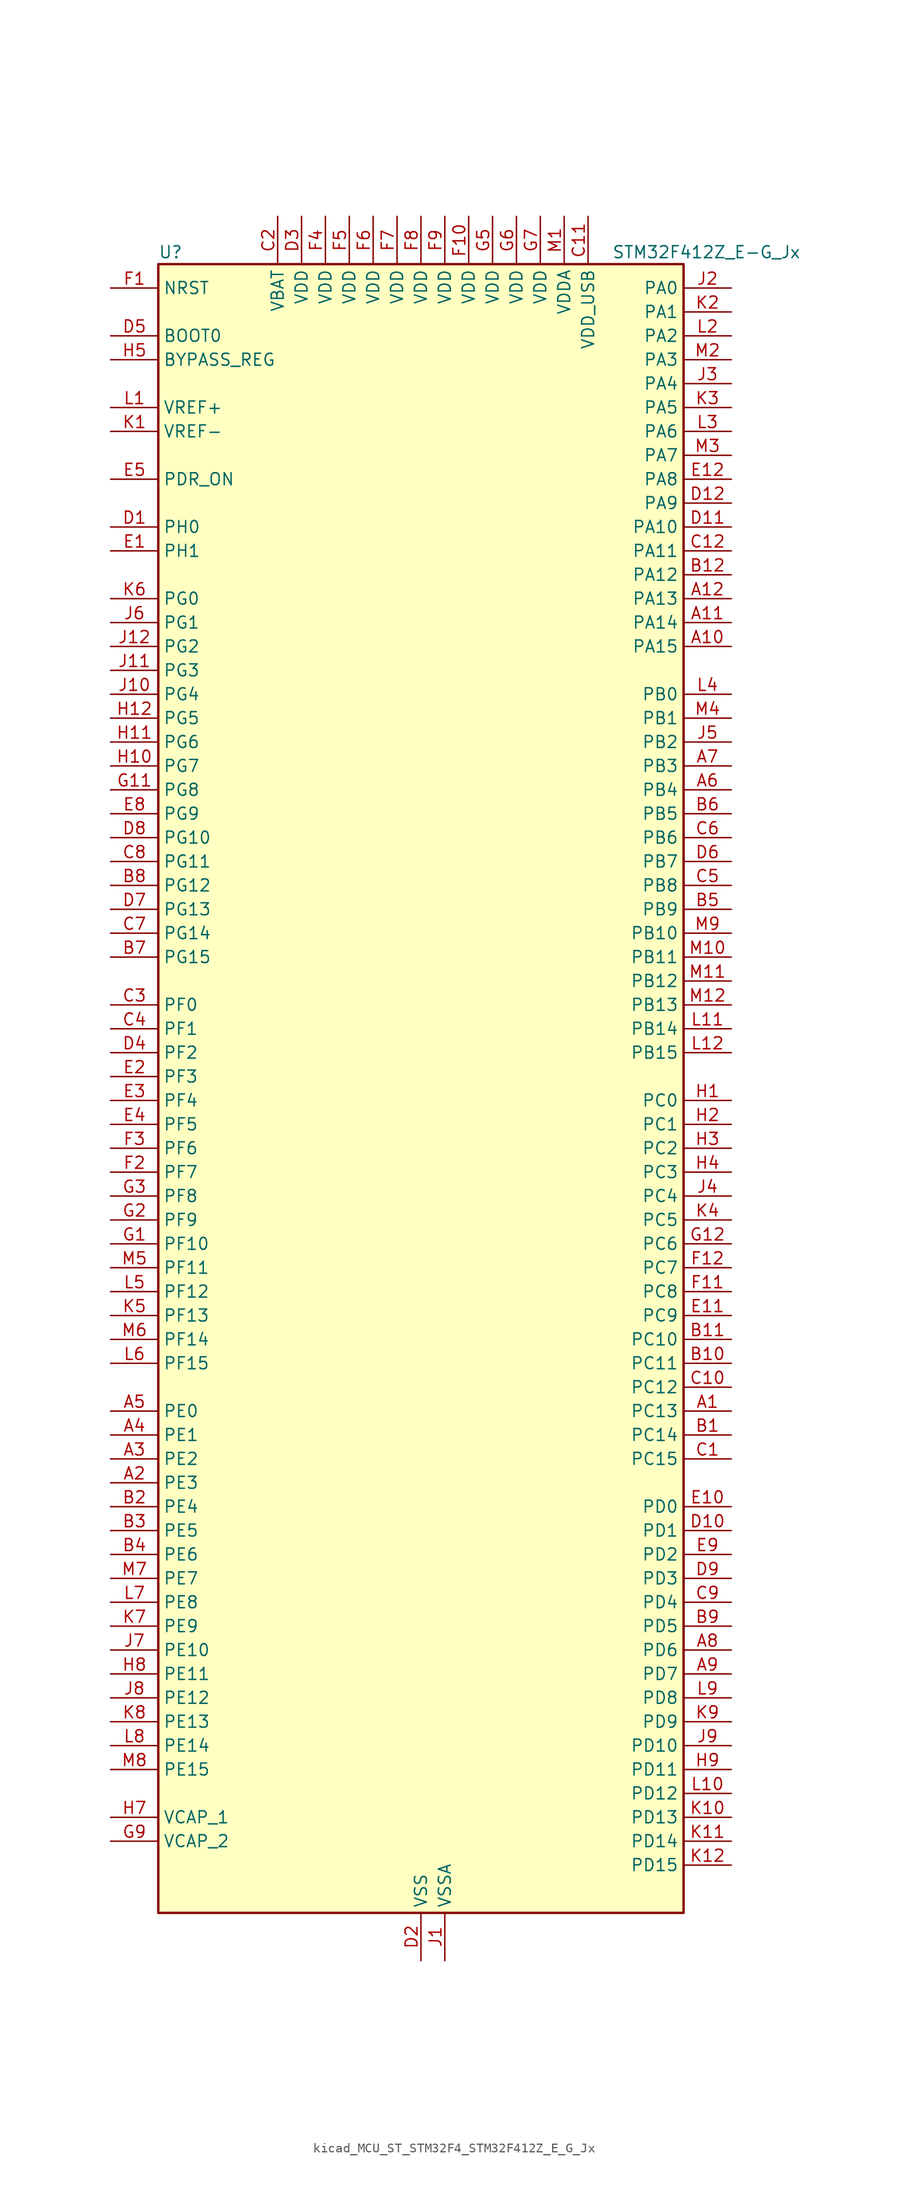
<source format=kicad_sym>
(kicad_symbol_lib
  (version 20220914)
  (generator kicad_symbol_editor)
  (symbol "kicad_MCU_ST_STM32F4_STM32F412Z_E_G_Jx"
    (property "Reference" "U"
      (at -27.94 90.17 0)
      (effects (font (size 1.27 1.27)) (justify left)))
    (property "Value" "STM32F412Z_E-G_Jx"
      (at 20.32 90.17 0)
      (effects (font (size 1.27 1.27)) (justify left)))
    (property "ki_locked" ""
      (at 0 0 0)
      (effects (font (size 1.27 1.27))))
    (symbol "kicad_MCU_ST_STM32F4_STM32F412Z_E_G_Jx_0_1"
      (rectangle (start -27.94 -86.36) (end 27.94 88.9) (stroke (width 0.254) (type default)) (fill (type background))))
    (symbol "kicad_MCU_ST_STM32F4_STM32F412Z_E_G_Jx_1_1"
      (pin bidirectional line (at 33.02 -33.02 180) (length 5.08) (name "PC13" (effects (font (size 1.27 1.27)))) (number "A1" (effects (font (size 1.27 1.27)))) (alternate "RTC_AF1" bidirectional line))
      (pin bidirectional line (at 33.02 48.26 180) (length 5.08) (name "PA15" (effects (font (size 1.27 1.27)))) (number "A10" (effects (font (size 1.27 1.27)))) (alternate "ADC1_EXTI15" bidirectional line) (alternate "I2S1_WS" bidirectional line) (alternate "I2S3_WS" bidirectional line) (alternate "SPI1_NSS" bidirectional line) (alternate "SPI3_NSS" bidirectional line) (alternate "SYS_JTDI" bidirectional line) (alternate "TIM2_CH1" bidirectional line) (alternate "TIM2_ETR" bidirectional line) (alternate "USART1_TX" bidirectional line))
      (pin bidirectional line (at 33.02 50.8 180) (length 5.08) (name "PA14" (effects (font (size 1.27 1.27)))) (number "A11" (effects (font (size 1.27 1.27)))) (alternate "SYS_JTCK-SWCLK" bidirectional line))
      (pin bidirectional line (at 33.02 53.34 180) (length 5.08) (name "PA13" (effects (font (size 1.27 1.27)))) (number "A12" (effects (font (size 1.27 1.27)))) (alternate "SYS_JTMS-SWDIO" bidirectional line))
      (pin bidirectional line (at -33.02 -40.64 0) (length 5.08) (name "PE3" (effects (font (size 1.27 1.27)))) (number "A2" (effects (font (size 1.27 1.27)))) (alternate "FSMC_A19" bidirectional line) (alternate "SYS_TRACED0" bidirectional line))
      (pin bidirectional line (at -33.02 -38.1 0) (length 5.08) (name "PE2" (effects (font (size 1.27 1.27)))) (number "A3" (effects (font (size 1.27 1.27)))) (alternate "FSMC_A23" bidirectional line) (alternate "I2S4_CK" bidirectional line) (alternate "I2S5_CK" bidirectional line) (alternate "QUADSPI_BK1_IO2" bidirectional line) (alternate "SPI4_SCK" bidirectional line) (alternate "SPI5_SCK" bidirectional line) (alternate "SYS_TRACECLK" bidirectional line))
      (pin bidirectional line (at -33.02 -35.56 0) (length 5.08) (name "PE1" (effects (font (size 1.27 1.27)))) (number "A4" (effects (font (size 1.27 1.27)))) (alternate "FSMC_NBL1" bidirectional line))
      (pin bidirectional line (at -33.02 -33.02 0) (length 5.08) (name "PE0" (effects (font (size 1.27 1.27)))) (number "A5" (effects (font (size 1.27 1.27)))) (alternate "FSMC_NBL0" bidirectional line) (alternate "TIM4_ETR" bidirectional line))
      (pin bidirectional line (at 33.02 33.02 180) (length 5.08) (name "PB4" (effects (font (size 1.27 1.27)))) (number "A6" (effects (font (size 1.27 1.27)))) (alternate "I2C3_SDA" bidirectional line) (alternate "I2S3_ext_SD" bidirectional line) (alternate "SDIO_D0" bidirectional line) (alternate "SPI1_MISO" bidirectional line) (alternate "SPI3_MISO" bidirectional line) (alternate "SYS_JTRST" bidirectional line) (alternate "TIM3_CH1" bidirectional line))
      (pin bidirectional line (at 33.02 35.56 180) (length 5.08) (name "PB3" (effects (font (size 1.27 1.27)))) (number "A7" (effects (font (size 1.27 1.27)))) (alternate "FMPI2C1_SDA" bidirectional line) (alternate "I2C2_SDA" bidirectional line) (alternate "I2S1_CK" bidirectional line) (alternate "I2S3_CK" bidirectional line) (alternate "SPI1_SCK" bidirectional line) (alternate "SPI3_SCK" bidirectional line) (alternate "SYS_JTDO-SWO" bidirectional line) (alternate "TIM2_CH2" bidirectional line) (alternate "USART1_RX" bidirectional line))
      (pin bidirectional line (at 33.02 -58.42 180) (length 5.08) (name "PD6" (effects (font (size 1.27 1.27)))) (number "A8" (effects (font (size 1.27 1.27)))) (alternate "DFSDM1_DATIN1" bidirectional line) (alternate "FSMC_NWAIT" bidirectional line) (alternate "I2S3_SD" bidirectional line) (alternate "SPI3_MOSI" bidirectional line) (alternate "USART2_RX" bidirectional line))
      (pin bidirectional line (at 33.02 -60.96 180) (length 5.08) (name "PD7" (effects (font (size 1.27 1.27)))) (number "A9" (effects (font (size 1.27 1.27)))) (alternate "DFSDM1_CKIN1" bidirectional line) (alternate "FSMC_NE1" bidirectional line) (alternate "USART2_CK" bidirectional line))
      (pin bidirectional line (at 33.02 -35.56 180) (length 5.08) (name "PC14" (effects (font (size 1.27 1.27)))) (number "B1" (effects (font (size 1.27 1.27)))) (alternate "RCC_OSC32_IN" bidirectional line))
      (pin bidirectional line (at 33.02 -27.94 180) (length 5.08) (name "PC11" (effects (font (size 1.27 1.27)))) (number "B10" (effects (font (size 1.27 1.27)))) (alternate "ADC1_EXTI11" bidirectional line) (alternate "FSMC_D2" bidirectional line) (alternate "FSMC_DA2" bidirectional line) (alternate "I2S3_ext_SD" bidirectional line) (alternate "QUADSPI_BK2_NCS" bidirectional line) (alternate "SDIO_D3" bidirectional line) (alternate "SPI3_MISO" bidirectional line) (alternate "USART3_RX" bidirectional line))
      (pin bidirectional line (at 33.02 -25.4 180) (length 5.08) (name "PC10" (effects (font (size 1.27 1.27)))) (number "B11" (effects (font (size 1.27 1.27)))) (alternate "I2S3_CK" bidirectional line) (alternate "QUADSPI_BK1_IO1" bidirectional line) (alternate "SDIO_D2" bidirectional line) (alternate "SPI3_SCK" bidirectional line) (alternate "USART3_TX" bidirectional line))
      (pin bidirectional line (at 33.02 55.88 180) (length 5.08) (name "PA12" (effects (font (size 1.27 1.27)))) (number "B12" (effects (font (size 1.27 1.27)))) (alternate "CAN1_TX" bidirectional line) (alternate "SPI5_MISO" bidirectional line) (alternate "TIM1_ETR" bidirectional line) (alternate "USART1_RTS" bidirectional line) (alternate "USART6_RX" bidirectional line) (alternate "USB_OTG_FS_DP" bidirectional line))
      (pin bidirectional line (at -33.02 -43.18 0) (length 5.08) (name "PE4" (effects (font (size 1.27 1.27)))) (number "B2" (effects (font (size 1.27 1.27)))) (alternate "DFSDM1_DATIN3" bidirectional line) (alternate "FSMC_A20" bidirectional line) (alternate "I2S4_WS" bidirectional line) (alternate "I2S5_WS" bidirectional line) (alternate "SPI4_NSS" bidirectional line) (alternate "SPI5_NSS" bidirectional line) (alternate "SYS_TRACED1" bidirectional line))
      (pin bidirectional line (at -33.02 -45.72 0) (length 5.08) (name "PE5" (effects (font (size 1.27 1.27)))) (number "B3" (effects (font (size 1.27 1.27)))) (alternate "DFSDM1_CKIN3" bidirectional line) (alternate "FSMC_A21" bidirectional line) (alternate "SPI4_MISO" bidirectional line) (alternate "SPI5_MISO" bidirectional line) (alternate "SYS_TRACED2" bidirectional line) (alternate "TIM9_CH1" bidirectional line))
      (pin bidirectional line (at -33.02 -48.26 0) (length 5.08) (name "PE6" (effects (font (size 1.27 1.27)))) (number "B4" (effects (font (size 1.27 1.27)))) (alternate "FSMC_A22" bidirectional line) (alternate "I2S4_SD" bidirectional line) (alternate "I2S5_SD" bidirectional line) (alternate "SPI4_MOSI" bidirectional line) (alternate "SPI5_MOSI" bidirectional line) (alternate "SYS_TRACED3" bidirectional line) (alternate "TIM9_CH2" bidirectional line))
      (pin bidirectional line (at 33.02 20.32 180) (length 5.08) (name "PB9" (effects (font (size 1.27 1.27)))) (number "B5" (effects (font (size 1.27 1.27)))) (alternate "CAN1_TX" bidirectional line) (alternate "I2C1_SDA" bidirectional line) (alternate "I2C2_SDA" bidirectional line) (alternate "I2S2_WS" bidirectional line) (alternate "SDIO_D5" bidirectional line) (alternate "SPI2_NSS" bidirectional line) (alternate "TIM11_CH1" bidirectional line) (alternate "TIM4_CH4" bidirectional line))
      (pin bidirectional line (at 33.02 30.48 180) (length 5.08) (name "PB5" (effects (font (size 1.27 1.27)))) (number "B6" (effects (font (size 1.27 1.27)))) (alternate "CAN2_RX" bidirectional line) (alternate "I2C1_SMBA" bidirectional line) (alternate "I2S1_SD" bidirectional line) (alternate "I2S3_SD" bidirectional line) (alternate "SDIO_D3" bidirectional line) (alternate "SPI1_MOSI" bidirectional line) (alternate "SPI3_MOSI" bidirectional line) (alternate "TIM3_CH2" bidirectional line))
      (pin bidirectional line (at -33.02 15.24 0) (length 5.08) (name "PG15" (effects (font (size 1.27 1.27)))) (number "B7" (effects (font (size 1.27 1.27)))) (alternate "ADC1_EXTI15" bidirectional line) (alternate "USART6_CTS" bidirectional line))
      (pin bidirectional line (at -33.02 22.86 0) (length 5.08) (name "PG12" (effects (font (size 1.27 1.27)))) (number "B8" (effects (font (size 1.27 1.27)))) (alternate "CAN2_TX" bidirectional line) (alternate "FSMC_NE4" bidirectional line) (alternate "USART6_RTS" bidirectional line))
      (pin bidirectional line (at 33.02 -55.88 180) (length 5.08) (name "PD5" (effects (font (size 1.27 1.27)))) (number "B9" (effects (font (size 1.27 1.27)))) (alternate "FSMC_NWE" bidirectional line) (alternate "USART2_TX" bidirectional line))
      (pin bidirectional line (at 33.02 -38.1 180) (length 5.08) (name "PC15" (effects (font (size 1.27 1.27)))) (number "C1" (effects (font (size 1.27 1.27)))) (alternate "ADC1_EXTI15" bidirectional line) (alternate "RCC_OSC32_OUT" bidirectional line))
      (pin bidirectional line (at 33.02 -30.48 180) (length 5.08) (name "PC12" (effects (font (size 1.27 1.27)))) (number "C10" (effects (font (size 1.27 1.27)))) (alternate "FSMC_D3" bidirectional line) (alternate "FSMC_DA3" bidirectional line) (alternate "I2S3_SD" bidirectional line) (alternate "SDIO_CK" bidirectional line) (alternate "SPI3_MOSI" bidirectional line) (alternate "USART3_CK" bidirectional line))
      (pin power_in line (at 17.78 93.98 270) (length 5.08) (name "VDD_USB" (effects (font (size 1.27 1.27)))) (number "C11" (effects (font (size 1.27 1.27)))))
      (pin bidirectional line (at 33.02 58.42 180) (length 5.08) (name "PA11" (effects (font (size 1.27 1.27)))) (number "C12" (effects (font (size 1.27 1.27)))) (alternate "ADC1_EXTI11" bidirectional line) (alternate "CAN1_RX" bidirectional line) (alternate "SPI4_MISO" bidirectional line) (alternate "TIM1_CH4" bidirectional line) (alternate "USART1_CTS" bidirectional line) (alternate "USART6_TX" bidirectional line) (alternate "USB_OTG_FS_DM" bidirectional line))
      (pin power_in line (at -15.24 93.98 270) (length 5.08) (name "VBAT" (effects (font (size 1.27 1.27)))) (number "C2" (effects (font (size 1.27 1.27)))))
      (pin bidirectional line (at -33.02 10.16 0) (length 5.08) (name "PF0" (effects (font (size 1.27 1.27)))) (number "C3" (effects (font (size 1.27 1.27)))) (alternate "FSMC_A0" bidirectional line) (alternate "I2C2_SDA" bidirectional line))
      (pin bidirectional line (at -33.02 7.62 0) (length 5.08) (name "PF1" (effects (font (size 1.27 1.27)))) (number "C4" (effects (font (size 1.27 1.27)))) (alternate "FSMC_A1" bidirectional line) (alternate "I2C2_SCL" bidirectional line))
      (pin bidirectional line (at 33.02 22.86 180) (length 5.08) (name "PB8" (effects (font (size 1.27 1.27)))) (number "C5" (effects (font (size 1.27 1.27)))) (alternate "CAN1_RX" bidirectional line) (alternate "I2C1_SCL" bidirectional line) (alternate "I2C3_SDA" bidirectional line) (alternate "I2S5_SD" bidirectional line) (alternate "SDIO_D4" bidirectional line) (alternate "SPI5_MOSI" bidirectional line) (alternate "TIM10_CH1" bidirectional line) (alternate "TIM4_CH3" bidirectional line))
      (pin bidirectional line (at 33.02 27.94 180) (length 5.08) (name "PB6" (effects (font (size 1.27 1.27)))) (number "C6" (effects (font (size 1.27 1.27)))) (alternate "CAN2_TX" bidirectional line) (alternate "I2C1_SCL" bidirectional line) (alternate "QUADSPI_BK1_NCS" bidirectional line) (alternate "SDIO_D0" bidirectional line) (alternate "TIM4_CH1" bidirectional line) (alternate "USART1_TX" bidirectional line))
      (pin bidirectional line (at -33.02 17.78 0) (length 5.08) (name "PG14" (effects (font (size 1.27 1.27)))) (number "C7" (effects (font (size 1.27 1.27)))) (alternate "FSMC_A25" bidirectional line) (alternate "QUADSPI_BK2_IO3" bidirectional line) (alternate "SYS_TRACED3" bidirectional line) (alternate "USART6_TX" bidirectional line))
      (pin bidirectional line (at -33.02 25.4 0) (length 5.08) (name "PG11" (effects (font (size 1.27 1.27)))) (number "C8" (effects (font (size 1.27 1.27)))) (alternate "ADC1_EXTI11" bidirectional line) (alternate "CAN2_RX" bidirectional line))
      (pin bidirectional line (at 33.02 -53.34 180) (length 5.08) (name "PD4" (effects (font (size 1.27 1.27)))) (number "C9" (effects (font (size 1.27 1.27)))) (alternate "DFSDM1_CKIN0" bidirectional line) (alternate "FSMC_NOE" bidirectional line) (alternate "USART2_RTS" bidirectional line))
      (pin bidirectional line (at -33.02 60.96 0) (length 5.08) (name "PH0" (effects (font (size 1.27 1.27)))) (number "D1" (effects (font (size 1.27 1.27)))) (alternate "RCC_OSC_IN" bidirectional line))
      (pin bidirectional line (at 33.02 -45.72 180) (length 5.08) (name "PD1" (effects (font (size 1.27 1.27)))) (number "D10" (effects (font (size 1.27 1.27)))) (alternate "CAN1_TX" bidirectional line) (alternate "FSMC_D3" bidirectional line) (alternate "FSMC_DA3" bidirectional line))
      (pin bidirectional line (at 33.02 60.96 180) (length 5.08) (name "PA10" (effects (font (size 1.27 1.27)))) (number "D11" (effects (font (size 1.27 1.27)))) (alternate "I2S5_SD" bidirectional line) (alternate "SPI5_MOSI" bidirectional line) (alternate "TIM1_CH3" bidirectional line) (alternate "USART1_RX" bidirectional line) (alternate "USB_OTG_FS_ID" bidirectional line))
      (pin bidirectional line (at 33.02 63.5 180) (length 5.08) (name "PA9" (effects (font (size 1.27 1.27)))) (number "D12" (effects (font (size 1.27 1.27)))) (alternate "I2C3_SMBA" bidirectional line) (alternate "SDIO_D2" bidirectional line) (alternate "TIM1_CH2" bidirectional line) (alternate "USART1_TX" bidirectional line) (alternate "USB_OTG_FS_VBUS" bidirectional line))
      (pin power_in line (at 0 -91.44 90) (length 5.08) (name "VSS" (effects (font (size 1.27 1.27)))) (number "D2" (effects (font (size 1.27 1.27)))))
      (pin power_in line (at -12.7 93.98 270) (length 5.08) (name "VDD" (effects (font (size 1.27 1.27)))) (number "D3" (effects (font (size 1.27 1.27)))))
      (pin bidirectional line (at -33.02 5.08 0) (length 5.08) (name "PF2" (effects (font (size 1.27 1.27)))) (number "D4" (effects (font (size 1.27 1.27)))) (alternate "FSMC_A2" bidirectional line) (alternate "I2C2_SMBA" bidirectional line))
      (pin input line (at -33.02 81.28 0) (length 5.08) (name "BOOT0" (effects (font (size 1.27 1.27)))) (number "D5" (effects (font (size 1.27 1.27)))))
      (pin bidirectional line (at 33.02 25.4 180) (length 5.08) (name "PB7" (effects (font (size 1.27 1.27)))) (number "D6" (effects (font (size 1.27 1.27)))) (alternate "FSMC_NL" bidirectional line) (alternate "I2C1_SDA" bidirectional line) (alternate "TIM4_CH2" bidirectional line) (alternate "USART1_RX" bidirectional line))
      (pin bidirectional line (at -33.02 20.32 0) (length 5.08) (name "PG13" (effects (font (size 1.27 1.27)))) (number "D7" (effects (font (size 1.27 1.27)))) (alternate "FSMC_A24" bidirectional line) (alternate "SYS_TRACED2" bidirectional line) (alternate "USART6_CTS" bidirectional line))
      (pin bidirectional line (at -33.02 27.94 0) (length 5.08) (name "PG10" (effects (font (size 1.27 1.27)))) (number "D8" (effects (font (size 1.27 1.27)))) (alternate "FSMC_NE3" bidirectional line))
      (pin bidirectional line (at 33.02 -50.8 180) (length 5.08) (name "PD3" (effects (font (size 1.27 1.27)))) (number "D9" (effects (font (size 1.27 1.27)))) (alternate "DFSDM1_DATIN0" bidirectional line) (alternate "FSMC_CLK" bidirectional line) (alternate "I2S2_CK" bidirectional line) (alternate "QUADSPI_CLK" bidirectional line) (alternate "SPI2_SCK" bidirectional line) (alternate "SYS_TRACED1" bidirectional line) (alternate "USART2_CTS" bidirectional line))
      (pin bidirectional line (at -33.02 58.42 0) (length 5.08) (name "PH1" (effects (font (size 1.27 1.27)))) (number "E1" (effects (font (size 1.27 1.27)))) (alternate "RCC_OSC_OUT" bidirectional line))
      (pin bidirectional line (at 33.02 -43.18 180) (length 5.08) (name "PD0" (effects (font (size 1.27 1.27)))) (number "E10" (effects (font (size 1.27 1.27)))) (alternate "CAN1_RX" bidirectional line) (alternate "FSMC_D2" bidirectional line) (alternate "FSMC_DA2" bidirectional line))
      (pin bidirectional line (at 33.02 -22.86 180) (length 5.08) (name "PC9" (effects (font (size 1.27 1.27)))) (number "E11" (effects (font (size 1.27 1.27)))) (alternate "I2C3_SDA" bidirectional line) (alternate "I2S_CKIN" bidirectional line) (alternate "QUADSPI_BK1_IO0" bidirectional line) (alternate "RCC_MCO_2" bidirectional line) (alternate "SDIO_D1" bidirectional line) (alternate "TIM3_CH4" bidirectional line) (alternate "TIM8_CH4" bidirectional line))
      (pin bidirectional line (at 33.02 66.04 180) (length 5.08) (name "PA8" (effects (font (size 1.27 1.27)))) (number "E12" (effects (font (size 1.27 1.27)))) (alternate "I2C3_SCL" bidirectional line) (alternate "RCC_MCO_1" bidirectional line) (alternate "SDIO_D1" bidirectional line) (alternate "TIM1_CH1" bidirectional line) (alternate "USART1_CK" bidirectional line) (alternate "USB_OTG_FS_SOF" bidirectional line))
      (pin bidirectional line (at -33.02 2.54 0) (length 5.08) (name "PF3" (effects (font (size 1.27 1.27)))) (number "E2" (effects (font (size 1.27 1.27)))) (alternate "FSMC_A3" bidirectional line) (alternate "TIM5_CH1" bidirectional line))
      (pin bidirectional line (at -33.02 0 0) (length 5.08) (name "PF4" (effects (font (size 1.27 1.27)))) (number "E3" (effects (font (size 1.27 1.27)))) (alternate "FSMC_A4" bidirectional line) (alternate "TIM5_CH2" bidirectional line))
      (pin bidirectional line (at -33.02 -2.54 0) (length 5.08) (name "PF5" (effects (font (size 1.27 1.27)))) (number "E4" (effects (font (size 1.27 1.27)))) (alternate "FSMC_A5" bidirectional line) (alternate "TIM5_CH3" bidirectional line))
      (pin input line (at -33.02 66.04 0) (length 5.08) (name "PDR_ON" (effects (font (size 1.27 1.27)))) (number "E5" (effects (font (size 1.27 1.27)))))
      (pin passive line (at 0 -91.44 90) (length 5.08) hide (name "VSS" (effects (font (size 1.27 1.27)))) (number "E6" (effects (font (size 1.27 1.27)))))
      (pin passive line (at 0 -91.44 90) (length 5.08) hide (name "VSS" (effects (font (size 1.27 1.27)))) (number "E7" (effects (font (size 1.27 1.27)))))
      (pin bidirectional line (at -33.02 30.48 0) (length 5.08) (name "PG9" (effects (font (size 1.27 1.27)))) (number "E8" (effects (font (size 1.27 1.27)))) (alternate "FSMC_NE2" bidirectional line) (alternate "QUADSPI_BK2_IO2" bidirectional line) (alternate "USART6_RX" bidirectional line))
      (pin bidirectional line (at 33.02 -48.26 180) (length 5.08) (name "PD2" (effects (font (size 1.27 1.27)))) (number "E9" (effects (font (size 1.27 1.27)))) (alternate "FSMC_NWE" bidirectional line) (alternate "SDIO_CMD" bidirectional line) (alternate "TIM3_ETR" bidirectional line))
      (pin input line (at -33.02 86.36 0) (length 5.08) (name "NRST" (effects (font (size 1.27 1.27)))) (number "F1" (effects (font (size 1.27 1.27)))))
      (pin power_in line (at 5.08 93.98 270) (length 5.08) (name "VDD" (effects (font (size 1.27 1.27)))) (number "F10" (effects (font (size 1.27 1.27)))))
      (pin bidirectional line (at 33.02 -20.32 180) (length 5.08) (name "PC8" (effects (font (size 1.27 1.27)))) (number "F11" (effects (font (size 1.27 1.27)))) (alternate "QUADSPI_BK1_IO2" bidirectional line) (alternate "SDIO_D0" bidirectional line) (alternate "TIM3_CH3" bidirectional line) (alternate "TIM8_CH3" bidirectional line) (alternate "USART6_CK" bidirectional line))
      (pin bidirectional line (at 33.02 -17.78 180) (length 5.08) (name "PC7" (effects (font (size 1.27 1.27)))) (number "F12" (effects (font (size 1.27 1.27)))) (alternate "DFSDM1_DATIN3" bidirectional line) (alternate "FMPI2C1_SDA" bidirectional line) (alternate "I2S2_CK" bidirectional line) (alternate "I2S3_MCK" bidirectional line) (alternate "SDIO_D7" bidirectional line) (alternate "SPI2_SCK" bidirectional line) (alternate "TIM3_CH2" bidirectional line) (alternate "TIM8_CH2" bidirectional line) (alternate "USART6_RX" bidirectional line))
      (pin bidirectional line (at -33.02 -7.62 0) (length 5.08) (name "PF7" (effects (font (size 1.27 1.27)))) (number "F2" (effects (font (size 1.27 1.27)))) (alternate "QUADSPI_BK1_IO2" bidirectional line) (alternate "SYS_TRACED1" bidirectional line) (alternate "TIM11_CH1" bidirectional line))
      (pin bidirectional line (at -33.02 -5.08 0) (length 5.08) (name "PF6" (effects (font (size 1.27 1.27)))) (number "F3" (effects (font (size 1.27 1.27)))) (alternate "QUADSPI_BK1_IO3" bidirectional line) (alternate "SYS_TRACED0" bidirectional line) (alternate "TIM10_CH1" bidirectional line))
      (pin power_in line (at -10.16 93.98 270) (length 5.08) (name "VDD" (effects (font (size 1.27 1.27)))) (number "F4" (effects (font (size 1.27 1.27)))))
      (pin power_in line (at -7.62 93.98 270) (length 5.08) (name "VDD" (effects (font (size 1.27 1.27)))) (number "F5" (effects (font (size 1.27 1.27)))))
      (pin power_in line (at -5.08 93.98 270) (length 5.08) (name "VDD" (effects (font (size 1.27 1.27)))) (number "F6" (effects (font (size 1.27 1.27)))))
      (pin power_in line (at -2.54 93.98 270) (length 5.08) (name "VDD" (effects (font (size 1.27 1.27)))) (number "F7" (effects (font (size 1.27 1.27)))))
      (pin power_in line (at 0 93.98 270) (length 5.08) (name "VDD" (effects (font (size 1.27 1.27)))) (number "F8" (effects (font (size 1.27 1.27)))))
      (pin power_in line (at 2.54 93.98 270) (length 5.08) (name "VDD" (effects (font (size 1.27 1.27)))) (number "F9" (effects (font (size 1.27 1.27)))))
      (pin bidirectional line (at -33.02 -15.24 0) (length 5.08) (name "PF10" (effects (font (size 1.27 1.27)))) (number "G1" (effects (font (size 1.27 1.27)))) (alternate "TIM1_ETR" bidirectional line) (alternate "TIM5_CH4" bidirectional line))
      (pin passive line (at 0 -91.44 90) (length 5.08) hide (name "VSS" (effects (font (size 1.27 1.27)))) (number "G10" (effects (font (size 1.27 1.27)))))
      (pin bidirectional line (at -33.02 33.02 0) (length 5.08) (name "PG8" (effects (font (size 1.27 1.27)))) (number "G11" (effects (font (size 1.27 1.27)))) (alternate "USART6_RTS" bidirectional line))
      (pin bidirectional line (at 33.02 -15.24 180) (length 5.08) (name "PC6" (effects (font (size 1.27 1.27)))) (number "G12" (effects (font (size 1.27 1.27)))) (alternate "DFSDM1_CKIN3" bidirectional line) (alternate "FMPI2C1_SCL" bidirectional line) (alternate "FSMC_D1" bidirectional line) (alternate "FSMC_DA1" bidirectional line) (alternate "I2S2_MCK" bidirectional line) (alternate "SDIO_D6" bidirectional line) (alternate "TIM3_CH1" bidirectional line) (alternate "TIM8_CH1" bidirectional line) (alternate "USART6_TX" bidirectional line))
      (pin bidirectional line (at -33.02 -12.7 0) (length 5.08) (name "PF9" (effects (font (size 1.27 1.27)))) (number "G2" (effects (font (size 1.27 1.27)))) (alternate "QUADSPI_BK1_IO1" bidirectional line) (alternate "TIM14_CH1" bidirectional line))
      (pin bidirectional line (at -33.02 -10.16 0) (length 5.08) (name "PF8" (effects (font (size 1.27 1.27)))) (number "G3" (effects (font (size 1.27 1.27)))) (alternate "QUADSPI_BK1_IO0" bidirectional line) (alternate "TIM13_CH1" bidirectional line))
      (pin passive line (at 0 -91.44 90) (length 5.08) hide (name "VSS" (effects (font (size 1.27 1.27)))) (number "G4" (effects (font (size 1.27 1.27)))))
      (pin power_in line (at 7.62 93.98 270) (length 5.08) (name "VDD" (effects (font (size 1.27 1.27)))) (number "G5" (effects (font (size 1.27 1.27)))))
      (pin power_in line (at 10.16 93.98 270) (length 5.08) (name "VDD" (effects (font (size 1.27 1.27)))) (number "G6" (effects (font (size 1.27 1.27)))))
      (pin power_in line (at 12.7 93.98 270) (length 5.08) (name "VDD" (effects (font (size 1.27 1.27)))) (number "G7" (effects (font (size 1.27 1.27)))))
      (pin passive line (at 0 -91.44 90) (length 5.08) hide (name "VSS" (effects (font (size 1.27 1.27)))) (number "G8" (effects (font (size 1.27 1.27)))))
      (pin power_out line (at -33.02 -78.74 0) (length 5.08) (name "VCAP_2" (effects (font (size 1.27 1.27)))) (number "G9" (effects (font (size 1.27 1.27)))))
      (pin bidirectional line (at 33.02 0 180) (length 5.08) (name "PC0" (effects (font (size 1.27 1.27)))) (number "H1" (effects (font (size 1.27 1.27)))) (alternate "ADC1_IN10" bidirectional line) (alternate "SYS_WKUP2" bidirectional line))
      (pin bidirectional line (at -33.02 35.56 0) (length 5.08) (name "PG7" (effects (font (size 1.27 1.27)))) (number "H10" (effects (font (size 1.27 1.27)))) (alternate "USART6_CK" bidirectional line))
      (pin bidirectional line (at -33.02 38.1 0) (length 5.08) (name "PG6" (effects (font (size 1.27 1.27)))) (number "H11" (effects (font (size 1.27 1.27)))) (alternate "QUADSPI_BK1_NCS" bidirectional line))
      (pin bidirectional line (at -33.02 40.64 0) (length 5.08) (name "PG5" (effects (font (size 1.27 1.27)))) (number "H12" (effects (font (size 1.27 1.27)))) (alternate "FSMC_A15" bidirectional line))
      (pin bidirectional line (at 33.02 -2.54 180) (length 5.08) (name "PC1" (effects (font (size 1.27 1.27)))) (number "H2" (effects (font (size 1.27 1.27)))) (alternate "ADC1_IN11" bidirectional line) (alternate "SYS_WKUP3" bidirectional line))
      (pin bidirectional line (at 33.02 -5.08 180) (length 5.08) (name "PC2" (effects (font (size 1.27 1.27)))) (number "H3" (effects (font (size 1.27 1.27)))) (alternate "ADC1_IN12" bidirectional line) (alternate "DFSDM1_CKOUT" bidirectional line) (alternate "FSMC_NWE" bidirectional line) (alternate "I2S2_ext_SD" bidirectional line) (alternate "SPI2_MISO" bidirectional line))
      (pin bidirectional line (at 33.02 -7.62 180) (length 5.08) (name "PC3" (effects (font (size 1.27 1.27)))) (number "H4" (effects (font (size 1.27 1.27)))) (alternate "ADC1_IN13" bidirectional line) (alternate "FSMC_A0" bidirectional line) (alternate "I2S2_SD" bidirectional line) (alternate "SPI2_MOSI" bidirectional line))
      (pin input line (at -33.02 78.74 0) (length 5.08) (name "BYPASS_REG" (effects (font (size 1.27 1.27)))) (number "H5" (effects (font (size 1.27 1.27)))))
      (pin passive line (at 0 -91.44 90) (length 5.08) hide (name "VSS" (effects (font (size 1.27 1.27)))) (number "H6" (effects (font (size 1.27 1.27)))))
      (pin power_out line (at -33.02 -76.2 0) (length 5.08) (name "VCAP_1" (effects (font (size 1.27 1.27)))) (number "H7" (effects (font (size 1.27 1.27)))))
      (pin bidirectional line (at -33.02 -60.96 0) (length 5.08) (name "PE11" (effects (font (size 1.27 1.27)))) (number "H8" (effects (font (size 1.27 1.27)))) (alternate "ADC1_EXTI11" bidirectional line) (alternate "FSMC_D8" bidirectional line) (alternate "FSMC_DA8" bidirectional line) (alternate "I2S4_WS" bidirectional line) (alternate "I2S5_WS" bidirectional line) (alternate "SPI4_NSS" bidirectional line) (alternate "SPI5_NSS" bidirectional line) (alternate "TIM1_CH2" bidirectional line))
      (pin bidirectional line (at 33.02 -71.12 180) (length 5.08) (name "PD11" (effects (font (size 1.27 1.27)))) (number "H9" (effects (font (size 1.27 1.27)))) (alternate "ADC1_EXTI11" bidirectional line) (alternate "FMPI2C1_SMBA" bidirectional line) (alternate "FSMC_A16" bidirectional line) (alternate "QUADSPI_BK1_IO0" bidirectional line) (alternate "USART3_CTS" bidirectional line))
      (pin power_in line (at 2.54 -91.44 90) (length 5.08) (name "VSSA" (effects (font (size 1.27 1.27)))) (number "J1" (effects (font (size 1.27 1.27)))))
      (pin bidirectional line (at -33.02 43.18 0) (length 5.08) (name "PG4" (effects (font (size 1.27 1.27)))) (number "J10" (effects (font (size 1.27 1.27)))) (alternate "FSMC_A14" bidirectional line))
      (pin bidirectional line (at -33.02 45.72 0) (length 5.08) (name "PG3" (effects (font (size 1.27 1.27)))) (number "J11" (effects (font (size 1.27 1.27)))) (alternate "FSMC_A13" bidirectional line))
      (pin bidirectional line (at -33.02 48.26 0) (length 5.08) (name "PG2" (effects (font (size 1.27 1.27)))) (number "J12" (effects (font (size 1.27 1.27)))) (alternate "FSMC_A12" bidirectional line))
      (pin bidirectional line (at 33.02 86.36 180) (length 5.08) (name "PA0" (effects (font (size 1.27 1.27)))) (number "J2" (effects (font (size 1.27 1.27)))) (alternate "ADC1_IN0" bidirectional line) (alternate "SYS_WKUP1" bidirectional line) (alternate "TIM2_CH1" bidirectional line) (alternate "TIM2_ETR" bidirectional line) (alternate "TIM5_CH1" bidirectional line) (alternate "TIM8_ETR" bidirectional line) (alternate "USART2_CTS" bidirectional line))
      (pin bidirectional line (at 33.02 76.2 180) (length 5.08) (name "PA4" (effects (font (size 1.27 1.27)))) (number "J3" (effects (font (size 1.27 1.27)))) (alternate "ADC1_IN4" bidirectional line) (alternate "DFSDM1_DATIN1" bidirectional line) (alternate "FSMC_D6" bidirectional line) (alternate "FSMC_DA6" bidirectional line) (alternate "I2S1_WS" bidirectional line) (alternate "I2S3_WS" bidirectional line) (alternate "SPI1_NSS" bidirectional line) (alternate "SPI3_NSS" bidirectional line) (alternate "USART2_CK" bidirectional line))
      (pin bidirectional line (at 33.02 -10.16 180) (length 5.08) (name "PC4" (effects (font (size 1.27 1.27)))) (number "J4" (effects (font (size 1.27 1.27)))) (alternate "ADC1_IN14" bidirectional line) (alternate "FSMC_NE4" bidirectional line) (alternate "I2S1_MCK" bidirectional line) (alternate "QUADSPI_BK2_IO2" bidirectional line))
      (pin bidirectional line (at 33.02 38.1 180) (length 5.08) (name "PB2" (effects (font (size 1.27 1.27)))) (number "J5" (effects (font (size 1.27 1.27)))) (alternate "DFSDM1_CKIN0" bidirectional line) (alternate "QUADSPI_CLK" bidirectional line))
      (pin bidirectional line (at -33.02 50.8 0) (length 5.08) (name "PG1" (effects (font (size 1.27 1.27)))) (number "J6" (effects (font (size 1.27 1.27)))) (alternate "CAN1_TX" bidirectional line) (alternate "FSMC_A11" bidirectional line))
      (pin bidirectional line (at -33.02 -58.42 0) (length 5.08) (name "PE10" (effects (font (size 1.27 1.27)))) (number "J7" (effects (font (size 1.27 1.27)))) (alternate "FSMC_D7" bidirectional line) (alternate "FSMC_DA7" bidirectional line) (alternate "QUADSPI_BK2_IO3" bidirectional line) (alternate "TIM1_CH2N" bidirectional line))
      (pin bidirectional line (at -33.02 -63.5 0) (length 5.08) (name "PE12" (effects (font (size 1.27 1.27)))) (number "J8" (effects (font (size 1.27 1.27)))) (alternate "FSMC_D9" bidirectional line) (alternate "FSMC_DA9" bidirectional line) (alternate "I2S4_CK" bidirectional line) (alternate "I2S5_CK" bidirectional line) (alternate "SPI4_SCK" bidirectional line) (alternate "SPI5_SCK" bidirectional line) (alternate "TIM1_CH3N" bidirectional line))
      (pin bidirectional line (at 33.02 -68.58 180) (length 5.08) (name "PD10" (effects (font (size 1.27 1.27)))) (number "J9" (effects (font (size 1.27 1.27)))) (alternate "FSMC_D15" bidirectional line) (alternate "FSMC_DA15" bidirectional line) (alternate "USART3_CK" bidirectional line))
      (pin input line (at -33.02 71.12 0) (length 5.08) (name "VREF-" (effects (font (size 1.27 1.27)))) (number "K1" (effects (font (size 1.27 1.27)))))
      (pin bidirectional line (at 33.02 -76.2 180) (length 5.08) (name "PD13" (effects (font (size 1.27 1.27)))) (number "K10" (effects (font (size 1.27 1.27)))) (alternate "FMPI2C1_SDA" bidirectional line) (alternate "FSMC_A18" bidirectional line) (alternate "QUADSPI_BK1_IO3" bidirectional line) (alternate "TIM4_CH2" bidirectional line))
      (pin bidirectional line (at 33.02 -78.74 180) (length 5.08) (name "PD14" (effects (font (size 1.27 1.27)))) (number "K11" (effects (font (size 1.27 1.27)))) (alternate "FMPI2C1_SCL" bidirectional line) (alternate "FSMC_D0" bidirectional line) (alternate "FSMC_DA0" bidirectional line) (alternate "TIM4_CH3" bidirectional line))
      (pin bidirectional line (at 33.02 -81.28 180) (length 5.08) (name "PD15" (effects (font (size 1.27 1.27)))) (number "K12" (effects (font (size 1.27 1.27)))) (alternate "ADC1_EXTI15" bidirectional line) (alternate "FMPI2C1_SDA" bidirectional line) (alternate "FSMC_D1" bidirectional line) (alternate "FSMC_DA1" bidirectional line) (alternate "TIM4_CH4" bidirectional line))
      (pin bidirectional line (at 33.02 83.82 180) (length 5.08) (name "PA1" (effects (font (size 1.27 1.27)))) (number "K2" (effects (font (size 1.27 1.27)))) (alternate "ADC1_IN1" bidirectional line) (alternate "I2S4_SD" bidirectional line) (alternate "QUADSPI_BK1_IO3" bidirectional line) (alternate "SPI4_MOSI" bidirectional line) (alternate "TIM2_CH2" bidirectional line) (alternate "TIM5_CH2" bidirectional line) (alternate "USART2_RTS" bidirectional line))
      (pin bidirectional line (at 33.02 73.66 180) (length 5.08) (name "PA5" (effects (font (size 1.27 1.27)))) (number "K3" (effects (font (size 1.27 1.27)))) (alternate "ADC1_IN5" bidirectional line) (alternate "DFSDM1_CKIN1" bidirectional line) (alternate "FSMC_D7" bidirectional line) (alternate "FSMC_DA7" bidirectional line) (alternate "I2S1_CK" bidirectional line) (alternate "SPI1_SCK" bidirectional line) (alternate "TIM2_CH1" bidirectional line) (alternate "TIM2_ETR" bidirectional line) (alternate "TIM8_CH1N" bidirectional line))
      (pin bidirectional line (at 33.02 -12.7 180) (length 5.08) (name "PC5" (effects (font (size 1.27 1.27)))) (number "K4" (effects (font (size 1.27 1.27)))) (alternate "ADC1_IN15" bidirectional line) (alternate "FMPI2C1_SMBA" bidirectional line) (alternate "FSMC_NOE" bidirectional line) (alternate "QUADSPI_BK2_IO3" bidirectional line) (alternate "USART3_RX" bidirectional line))
      (pin bidirectional line (at -33.02 -22.86 0) (length 5.08) (name "PF13" (effects (font (size 1.27 1.27)))) (number "K5" (effects (font (size 1.27 1.27)))) (alternate "FMPI2C1_SMBA" bidirectional line) (alternate "FSMC_A7" bidirectional line))
      (pin bidirectional line (at -33.02 53.34 0) (length 5.08) (name "PG0" (effects (font (size 1.27 1.27)))) (number "K6" (effects (font (size 1.27 1.27)))) (alternate "CAN1_RX" bidirectional line) (alternate "FSMC_A10" bidirectional line))
      (pin bidirectional line (at -33.02 -55.88 0) (length 5.08) (name "PE9" (effects (font (size 1.27 1.27)))) (number "K7" (effects (font (size 1.27 1.27)))) (alternate "DFSDM1_CKOUT" bidirectional line) (alternate "FSMC_D6" bidirectional line) (alternate "FSMC_DA6" bidirectional line) (alternate "QUADSPI_BK2_IO2" bidirectional line) (alternate "TIM1_CH1" bidirectional line))
      (pin bidirectional line (at -33.02 -66.04 0) (length 5.08) (name "PE13" (effects (font (size 1.27 1.27)))) (number "K8" (effects (font (size 1.27 1.27)))) (alternate "FSMC_D10" bidirectional line) (alternate "FSMC_DA10" bidirectional line) (alternate "SPI4_MISO" bidirectional line) (alternate "SPI5_MISO" bidirectional line) (alternate "TIM1_CH3" bidirectional line))
      (pin bidirectional line (at 33.02 -66.04 180) (length 5.08) (name "PD9" (effects (font (size 1.27 1.27)))) (number "K9" (effects (font (size 1.27 1.27)))) (alternate "FSMC_D14" bidirectional line) (alternate "FSMC_DA14" bidirectional line) (alternate "USART3_RX" bidirectional line))
      (pin input line (at -33.02 73.66 0) (length 5.08) (name "VREF+" (effects (font (size 1.27 1.27)))) (number "L1" (effects (font (size 1.27 1.27)))))
      (pin bidirectional line (at 33.02 -73.66 180) (length 5.08) (name "PD12" (effects (font (size 1.27 1.27)))) (number "L10" (effects (font (size 1.27 1.27)))) (alternate "FMPI2C1_SCL" bidirectional line) (alternate "FSMC_A17" bidirectional line) (alternate "QUADSPI_BK1_IO1" bidirectional line) (alternate "TIM4_CH1" bidirectional line) (alternate "USART3_RTS" bidirectional line))
      (pin bidirectional line (at 33.02 7.62 180) (length 5.08) (name "PB14" (effects (font (size 1.27 1.27)))) (number "L11" (effects (font (size 1.27 1.27)))) (alternate "DFSDM1_DATIN2" bidirectional line) (alternate "FMPI2C1_SDA" bidirectional line) (alternate "FSMC_D0" bidirectional line) (alternate "FSMC_DA0" bidirectional line) (alternate "I2S2_ext_SD" bidirectional line) (alternate "SDIO_D6" bidirectional line) (alternate "SPI2_MISO" bidirectional line) (alternate "TIM12_CH1" bidirectional line) (alternate "TIM1_CH2N" bidirectional line) (alternate "TIM8_CH2N" bidirectional line) (alternate "USART3_RTS" bidirectional line))
      (pin bidirectional line (at 33.02 5.08 180) (length 5.08) (name "PB15" (effects (font (size 1.27 1.27)))) (number "L12" (effects (font (size 1.27 1.27)))) (alternate "ADC1_EXTI15" bidirectional line) (alternate "DFSDM1_CKIN2" bidirectional line) (alternate "FMPI2C1_SCL" bidirectional line) (alternate "I2S2_SD" bidirectional line) (alternate "RTC_REFIN" bidirectional line) (alternate "SDIO_CK" bidirectional line) (alternate "SPI2_MOSI" bidirectional line) (alternate "TIM12_CH2" bidirectional line) (alternate "TIM1_CH3N" bidirectional line) (alternate "TIM8_CH3N" bidirectional line))
      (pin bidirectional line (at 33.02 81.28 180) (length 5.08) (name "PA2" (effects (font (size 1.27 1.27)))) (number "L2" (effects (font (size 1.27 1.27)))) (alternate "ADC1_IN2" bidirectional line) (alternate "FSMC_D4" bidirectional line) (alternate "FSMC_DA4" bidirectional line) (alternate "I2S_CKIN" bidirectional line) (alternate "TIM2_CH3" bidirectional line) (alternate "TIM5_CH3" bidirectional line) (alternate "TIM9_CH1" bidirectional line) (alternate "USART2_TX" bidirectional line))
      (pin bidirectional line (at 33.02 71.12 180) (length 5.08) (name "PA6" (effects (font (size 1.27 1.27)))) (number "L3" (effects (font (size 1.27 1.27)))) (alternate "ADC1_IN6" bidirectional line) (alternate "I2S2_MCK" bidirectional line) (alternate "QUADSPI_BK2_IO0" bidirectional line) (alternate "SDIO_CMD" bidirectional line) (alternate "SPI1_MISO" bidirectional line) (alternate "TIM13_CH1" bidirectional line) (alternate "TIM1_BKIN" bidirectional line) (alternate "TIM3_CH1" bidirectional line) (alternate "TIM8_BKIN" bidirectional line))
      (pin bidirectional line (at 33.02 43.18 180) (length 5.08) (name "PB0" (effects (font (size 1.27 1.27)))) (number "L4" (effects (font (size 1.27 1.27)))) (alternate "ADC1_IN8" bidirectional line) (alternate "I2S5_CK" bidirectional line) (alternate "SPI5_SCK" bidirectional line) (alternate "TIM1_CH2N" bidirectional line) (alternate "TIM3_CH3" bidirectional line) (alternate "TIM8_CH2N" bidirectional line))
      (pin bidirectional line (at -33.02 -20.32 0) (length 5.08) (name "PF12" (effects (font (size 1.27 1.27)))) (number "L5" (effects (font (size 1.27 1.27)))) (alternate "FSMC_A6" bidirectional line) (alternate "TIM8_BKIN" bidirectional line))
      (pin bidirectional line (at -33.02 -27.94 0) (length 5.08) (name "PF15" (effects (font (size 1.27 1.27)))) (number "L6" (effects (font (size 1.27 1.27)))) (alternate "ADC1_EXTI15" bidirectional line) (alternate "FMPI2C1_SDA" bidirectional line) (alternate "FSMC_A9" bidirectional line))
      (pin bidirectional line (at -33.02 -53.34 0) (length 5.08) (name "PE8" (effects (font (size 1.27 1.27)))) (number "L7" (effects (font (size 1.27 1.27)))) (alternate "DFSDM1_CKIN2" bidirectional line) (alternate "FSMC_D5" bidirectional line) (alternate "FSMC_DA5" bidirectional line) (alternate "QUADSPI_BK2_IO1" bidirectional line) (alternate "TIM1_CH1N" bidirectional line))
      (pin bidirectional line (at -33.02 -68.58 0) (length 5.08) (name "PE14" (effects (font (size 1.27 1.27)))) (number "L8" (effects (font (size 1.27 1.27)))) (alternate "FSMC_D11" bidirectional line) (alternate "FSMC_DA11" bidirectional line) (alternate "I2S4_SD" bidirectional line) (alternate "I2S5_SD" bidirectional line) (alternate "SPI4_MOSI" bidirectional line) (alternate "SPI5_MOSI" bidirectional line) (alternate "TIM1_CH4" bidirectional line))
      (pin bidirectional line (at 33.02 -63.5 180) (length 5.08) (name "PD8" (effects (font (size 1.27 1.27)))) (number "L9" (effects (font (size 1.27 1.27)))) (alternate "FSMC_D13" bidirectional line) (alternate "FSMC_DA13" bidirectional line) (alternate "USART3_TX" bidirectional line))
      (pin power_in line (at 15.24 93.98 270) (length 5.08) (name "VDDA" (effects (font (size 1.27 1.27)))) (number "M1" (effects (font (size 1.27 1.27)))))
      (pin bidirectional line (at 33.02 15.24 180) (length 5.08) (name "PB11" (effects (font (size 1.27 1.27)))) (number "M10" (effects (font (size 1.27 1.27)))) (alternate "ADC1_EXTI11" bidirectional line) (alternate "I2C2_SDA" bidirectional line) (alternate "I2S_CKIN" bidirectional line) (alternate "TIM2_CH4" bidirectional line) (alternate "USART3_RX" bidirectional line))
      (pin bidirectional line (at 33.02 12.7 180) (length 5.08) (name "PB12" (effects (font (size 1.27 1.27)))) (number "M11" (effects (font (size 1.27 1.27)))) (alternate "CAN2_RX" bidirectional line) (alternate "DFSDM1_DATIN1" bidirectional line) (alternate "FSMC_D13" bidirectional line) (alternate "FSMC_DA13" bidirectional line) (alternate "I2C2_SMBA" bidirectional line) (alternate "I2S2_WS" bidirectional line) (alternate "I2S3_CK" bidirectional line) (alternate "I2S4_WS" bidirectional line) (alternate "SPI2_NSS" bidirectional line) (alternate "SPI3_SCK" bidirectional line) (alternate "SPI4_NSS" bidirectional line) (alternate "TIM1_BKIN" bidirectional line) (alternate "USART3_CK" bidirectional line))
      (pin bidirectional line (at 33.02 10.16 180) (length 5.08) (name "PB13" (effects (font (size 1.27 1.27)))) (number "M12" (effects (font (size 1.27 1.27)))) (alternate "CAN2_TX" bidirectional line) (alternate "DFSDM1_CKIN1" bidirectional line) (alternate "FMPI2C1_SMBA" bidirectional line) (alternate "I2S2_CK" bidirectional line) (alternate "I2S4_CK" bidirectional line) (alternate "SPI2_SCK" bidirectional line) (alternate "SPI4_SCK" bidirectional line) (alternate "TIM1_CH1N" bidirectional line) (alternate "USART3_CTS" bidirectional line))
      (pin bidirectional line (at 33.02 78.74 180) (length 5.08) (name "PA3" (effects (font (size 1.27 1.27)))) (number "M2" (effects (font (size 1.27 1.27)))) (alternate "ADC1_IN3" bidirectional line) (alternate "FSMC_D5" bidirectional line) (alternate "FSMC_DA5" bidirectional line) (alternate "I2S2_MCK" bidirectional line) (alternate "TIM2_CH4" bidirectional line) (alternate "TIM5_CH4" bidirectional line) (alternate "TIM9_CH2" bidirectional line) (alternate "USART2_RX" bidirectional line))
      (pin bidirectional line (at 33.02 68.58 180) (length 5.08) (name "PA7" (effects (font (size 1.27 1.27)))) (number "M3" (effects (font (size 1.27 1.27)))) (alternate "ADC1_IN7" bidirectional line) (alternate "I2S1_SD" bidirectional line) (alternate "QUADSPI_BK2_IO1" bidirectional line) (alternate "SPI1_MOSI" bidirectional line) (alternate "TIM14_CH1" bidirectional line) (alternate "TIM1_CH1N" bidirectional line) (alternate "TIM3_CH2" bidirectional line) (alternate "TIM8_CH1N" bidirectional line))
      (pin bidirectional line (at 33.02 40.64 180) (length 5.08) (name "PB1" (effects (font (size 1.27 1.27)))) (number "M4" (effects (font (size 1.27 1.27)))) (alternate "ADC1_IN9" bidirectional line) (alternate "DFSDM1_DATIN0" bidirectional line) (alternate "I2S5_WS" bidirectional line) (alternate "QUADSPI_CLK" bidirectional line) (alternate "SPI5_NSS" bidirectional line) (alternate "TIM1_CH3N" bidirectional line) (alternate "TIM3_CH4" bidirectional line) (alternate "TIM8_CH3N" bidirectional line))
      (pin bidirectional line (at -33.02 -17.78 0) (length 5.08) (name "PF11" (effects (font (size 1.27 1.27)))) (number "M5" (effects (font (size 1.27 1.27)))) (alternate "ADC1_EXTI11" bidirectional line) (alternate "TIM8_ETR" bidirectional line))
      (pin bidirectional line (at -33.02 -25.4 0) (length 5.08) (name "PF14" (effects (font (size 1.27 1.27)))) (number "M6" (effects (font (size 1.27 1.27)))) (alternate "FMPI2C1_SCL" bidirectional line) (alternate "FSMC_A8" bidirectional line))
      (pin bidirectional line (at -33.02 -50.8 0) (length 5.08) (name "PE7" (effects (font (size 1.27 1.27)))) (number "M7" (effects (font (size 1.27 1.27)))) (alternate "DFSDM1_DATIN2" bidirectional line) (alternate "FSMC_D4" bidirectional line) (alternate "FSMC_DA4" bidirectional line) (alternate "QUADSPI_BK2_IO0" bidirectional line) (alternate "TIM1_ETR" bidirectional line))
      (pin bidirectional line (at -33.02 -71.12 0) (length 5.08) (name "PE15" (effects (font (size 1.27 1.27)))) (number "M8" (effects (font (size 1.27 1.27)))) (alternate "ADC1_EXTI15" bidirectional line) (alternate "FSMC_D12" bidirectional line) (alternate "FSMC_DA12" bidirectional line) (alternate "TIM1_BKIN" bidirectional line))
      (pin bidirectional line (at 33.02 17.78 180) (length 5.08) (name "PB10" (effects (font (size 1.27 1.27)))) (number "M9" (effects (font (size 1.27 1.27)))) (alternate "FMPI2C1_SCL" bidirectional line) (alternate "I2C2_SCL" bidirectional line) (alternate "I2S2_CK" bidirectional line) (alternate "I2S3_MCK" bidirectional line) (alternate "SDIO_D7" bidirectional line) (alternate "SPI2_SCK" bidirectional line) (alternate "TIM2_CH3" bidirectional line) (alternate "USART3_TX" bidirectional line)))))
</source>
